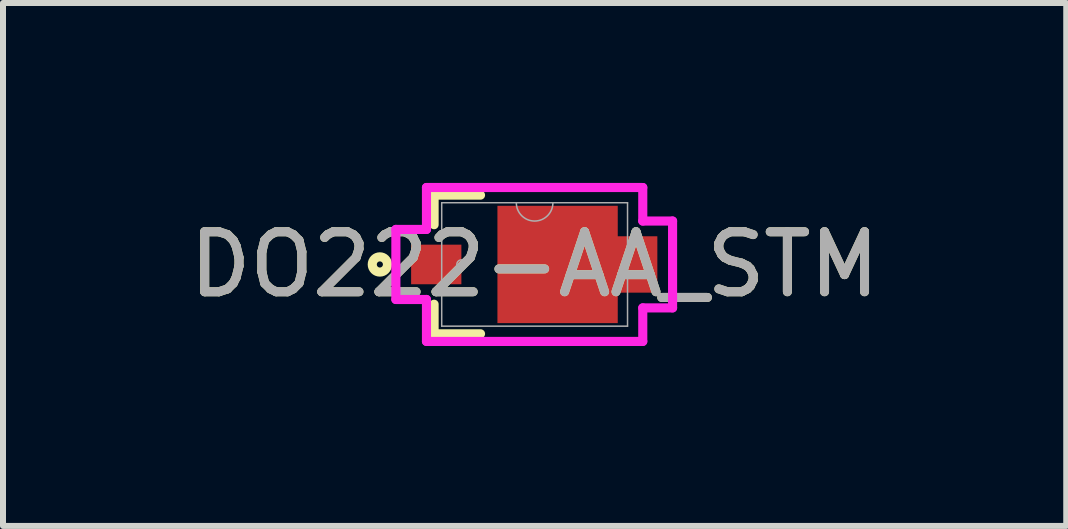
<source format=kicad_pcb>
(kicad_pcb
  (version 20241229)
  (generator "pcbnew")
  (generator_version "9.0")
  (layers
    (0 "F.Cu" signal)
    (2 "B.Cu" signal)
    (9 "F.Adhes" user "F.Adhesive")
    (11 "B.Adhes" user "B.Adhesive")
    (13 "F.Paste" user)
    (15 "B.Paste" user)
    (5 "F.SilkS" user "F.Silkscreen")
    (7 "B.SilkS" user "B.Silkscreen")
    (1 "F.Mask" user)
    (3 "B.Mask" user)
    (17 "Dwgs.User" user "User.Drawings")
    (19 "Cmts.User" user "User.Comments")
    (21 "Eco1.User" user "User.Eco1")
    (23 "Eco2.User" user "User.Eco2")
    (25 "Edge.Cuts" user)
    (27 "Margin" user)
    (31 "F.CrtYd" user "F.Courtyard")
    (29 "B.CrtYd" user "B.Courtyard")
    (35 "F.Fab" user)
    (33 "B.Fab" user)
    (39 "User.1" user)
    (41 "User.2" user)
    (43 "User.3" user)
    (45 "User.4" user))
  (footprint "DO222-AA_STM"
    (layer "F.Cu")
    (at 5.863 1.359)
    (property "Reference" "DO222-AA_STM" (at 0 0 0) (unlocked yes) (layer "F.SilkS") (effects (font (size 1 1) (thickness 0.15))))
    (attr smd)
    (fp_poly (pts (xy -0.62 -0.978) (xy 1.386 -0.978) (xy 1.386 -0.47) (xy 2.046 -0.47) (xy 2.046 0.47) (xy 1.386 0.47) (xy 1.386 0.978) (xy -0.62 0.978)) (stroke (width 0) (type solid)) (fill yes) (layer "F.Cu"))
    (fp_poly (pts (xy -0.62 -0.978) (xy 1.386 -0.978) (xy 1.386 -0.47) (xy 2.046 -0.47) (xy 2.046 0.47) (xy 1.386 0.47) (xy 1.386 0.978) (xy -0.62 0.978)) (stroke (width 0) (type solid)) (fill yes) (layer "F.Mask"))
    (fp_line (start -1.676 -1.156) (end -0.902 -1.156) (stroke (width 0.152) (type solid)) (layer "F.SilkS"))
    (fp_line (start -1.676 -0.663) (end -1.676 -1.156) (stroke (width 0.152) (type solid)) (layer "F.SilkS"))
    (fp_line (start -1.676 1.156) (end -1.676 0.663) (stroke (width 0.152) (type solid)) (layer "F.SilkS"))
    (fp_line (start -0.902 1.156) (end -1.676 1.156) (stroke (width 0.152) (type solid)) (layer "F.SilkS"))
    (fp_circle (center -2.58 0) (end -2.453 0) (stroke (width 0.152) (type solid)) (fill no) (layer "F.SilkS"))
    (fp_line (start -2.313 -0.584) (end -2.313 0.584) (stroke (width 0.152) (type solid)) (layer "F.CrtYd"))
    (fp_line (start -2.313 0.584) (end -1.803 0.584) (stroke (width 0.152) (type solid)) (layer "F.CrtYd"))
    (fp_line (start -1.803 -1.283) (end -1.803 -0.584) (stroke (width 0.152) (type solid)) (layer "F.CrtYd"))
    (fp_line (start -1.803 -0.584) (end -2.313 -0.584) (stroke (width 0.152) (type solid)) (layer "F.CrtYd"))
    (fp_line (start -1.803 0.584) (end -1.803 1.283) (stroke (width 0.152) (type solid)) (layer "F.CrtYd"))
    (fp_line (start -1.803 1.283) (end 1.803 1.283) (stroke (width 0.152) (type solid)) (layer "F.CrtYd"))
    (fp_line (start 1.803 -1.283) (end -1.803 -1.283) (stroke (width 0.152) (type solid)) (layer "F.CrtYd"))
    (fp_line (start 1.803 -0.724) (end 1.803 -1.283) (stroke (width 0.152) (type solid)) (layer "F.CrtYd"))
    (fp_line (start 1.803 0.724) (end 2.3 0.724) (stroke (width 0.152) (type solid)) (layer "F.CrtYd"))
    (fp_line (start 1.803 1.283) (end 1.803 0.724) (stroke (width 0.152) (type solid)) (layer "F.CrtYd"))
    (fp_line (start 2.3 -0.724) (end 1.803 -0.724) (stroke (width 0.152) (type solid)) (layer "F.CrtYd"))
    (fp_line (start 2.3 0.724) (end 2.3 -0.724) (stroke (width 0.152) (type solid)) (layer "F.CrtYd"))
    (fp_line (start -1.549 -1.029) (end -1.549 1.029) (stroke (width 0.025) (type solid)) (layer "F.Fab"))
    (fp_line (start -1.549 1.029) (end 1.549 1.029) (stroke (width 0.025) (type solid)) (layer "F.Fab"))
    (fp_line (start 1.549 -1.029) (end -1.549 -1.029) (stroke (width 0.025) (type solid)) (layer "F.Fab"))
    (fp_line (start 1.549 1.029) (end 1.549 -1.029) (stroke (width 0.025) (type solid)) (layer "F.Fab"))
    (fp_arc (start 0.3048 -1.0287) (mid 0 -0.7239) (end -0.3048 -1.0287) (stroke (width 0.0254) (type solid)) (layer "F.Fab"))
    (fp_circle (center -1.221 0) (end -1.145 0) (stroke (width 0.025) (type solid)) (fill no) (layer "F.Fab"))
    (fp_text user "${REFERENCE}" (at 0 0 0) (unlocked yes) (layer "F.Fab") (effects (font (size 1 1) (thickness 0.15))))
    (pad "1" smd rect (at -1.64 0) (size 0.838 0.66) (layers "F.Cu" "F.Mask" "F.Paste"))
    (pad "2" smd rect (at 1.716 0) (size 0.127 0.127) (layers "F.Cu" "F.Mask" "F.Paste")))
  (gr_rect
    (start -3 -3)
    (end 14.726 5.718)
    (stroke (width 0.1) (type default))
    (fill no)
    (layer "Edge.Cuts")))
</source>
